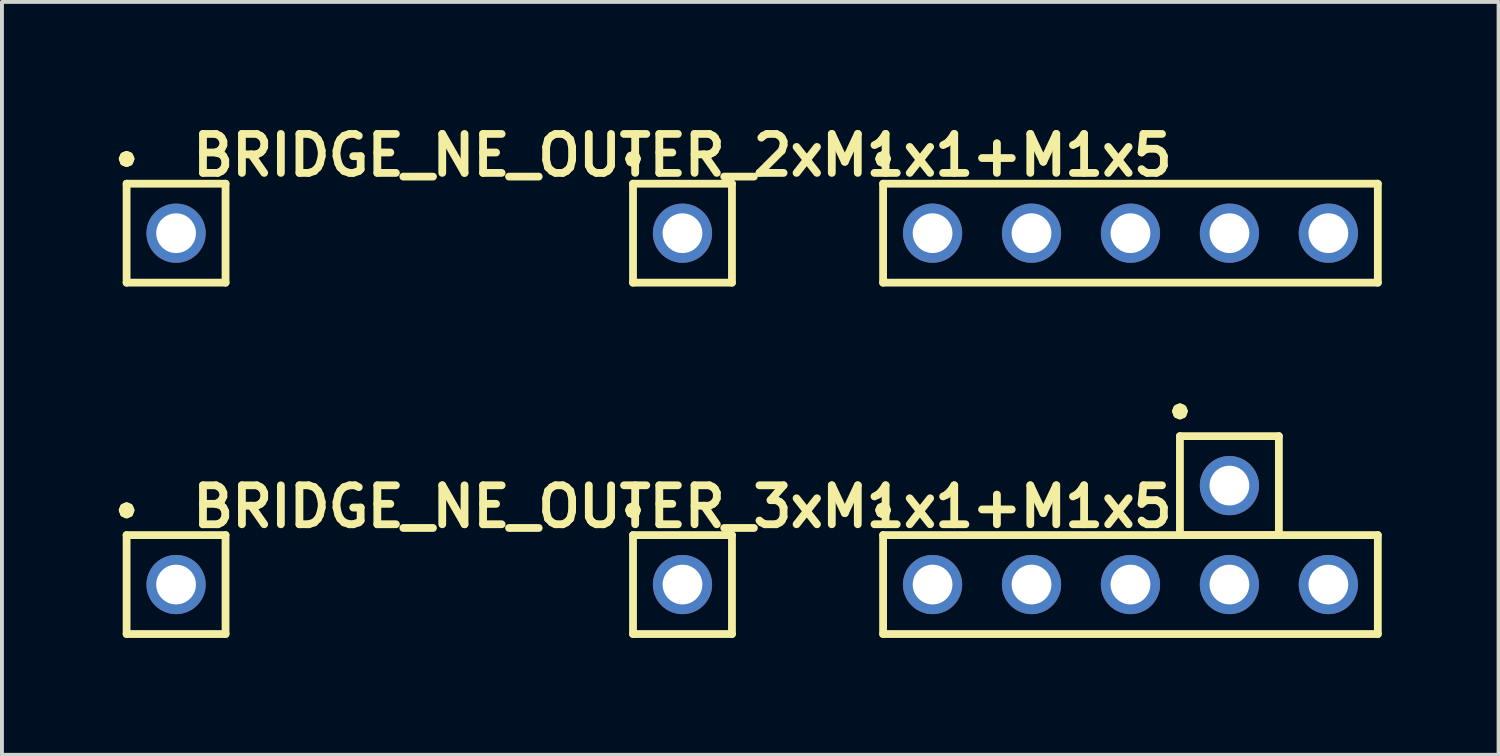
<source format=kicad_pcb>
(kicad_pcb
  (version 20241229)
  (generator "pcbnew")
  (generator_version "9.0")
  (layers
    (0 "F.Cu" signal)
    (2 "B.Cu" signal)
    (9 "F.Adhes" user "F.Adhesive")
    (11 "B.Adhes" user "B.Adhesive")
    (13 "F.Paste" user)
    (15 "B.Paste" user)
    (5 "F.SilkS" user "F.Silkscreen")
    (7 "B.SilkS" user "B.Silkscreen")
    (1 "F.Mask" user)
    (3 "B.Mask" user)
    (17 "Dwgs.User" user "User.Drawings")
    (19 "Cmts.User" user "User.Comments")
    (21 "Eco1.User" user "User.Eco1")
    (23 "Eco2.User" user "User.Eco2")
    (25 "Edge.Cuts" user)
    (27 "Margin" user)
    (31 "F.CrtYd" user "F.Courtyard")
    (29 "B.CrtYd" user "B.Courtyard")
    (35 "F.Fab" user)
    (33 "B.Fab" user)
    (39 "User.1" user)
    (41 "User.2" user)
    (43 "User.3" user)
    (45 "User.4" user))
  (footprint "BRIDGE_NE_OUTER_2xM1x1+M1x5"
    (layer "F.Cu")
    (at 14.47 2.936)
    (property "Reference" "BRIDGE_NE_OUTER_2xM1x1+M1x5" (at 0 -2 0) (layer "F.SilkS") (effects (font (size 1 1) (thickness 0.2))))
    (attr through_hole)
    (fp_line (start -14.37 -1.91) (end -14.34 -1.83) (stroke (width 0.2) (type solid)) (layer "F.SilkS"))
    (fp_line (start -14.34 -1.98) (end -14.37 -1.91) (stroke (width 0.2) (type solid)) (layer "F.SilkS"))
    (fp_line (start -14.34 -1.83) (end -14.27 -1.8) (stroke (width 0.2) (type solid)) (layer "F.SilkS"))
    (fp_line (start -14.27 -2.01) (end -14.34 -1.98) (stroke (width 0.2) (type solid)) (layer "F.SilkS"))
    (fp_line (start -14.27 -1.8) (end -14.2 -1.83) (stroke (width 0.2) (type solid)) (layer "F.SilkS"))
    (fp_line (start -14.27 -1.27) (end -11.73 -1.27) (stroke (width 0.2) (type solid)) (layer "F.SilkS"))
    (fp_line (start -14.27 1.27) (end -14.27 -1.27) (stroke (width 0.2) (type solid)) (layer "F.SilkS"))
    (fp_line (start -14.2 -1.98) (end -14.27 -2.01) (stroke (width 0.2) (type solid)) (layer "F.SilkS"))
    (fp_line (start -14.2 -1.83) (end -14.17 -1.91) (stroke (width 0.2) (type solid)) (layer "F.SilkS"))
    (fp_line (start -14.17 -1.91) (end -14.2 -1.98) (stroke (width 0.2) (type solid)) (layer "F.SilkS"))
    (fp_line (start -11.73 -1.27) (end -11.73 1.27) (stroke (width 0.2) (type solid)) (layer "F.SilkS"))
    (fp_line (start -11.73 1.27) (end -14.27 1.27) (stroke (width 0.2) (type solid)) (layer "F.SilkS"))
    (fp_line (start -1.37 -1.91) (end -1.34 -1.83) (stroke (width 0.2) (type solid)) (layer "F.SilkS"))
    (fp_line (start -1.34 -1.98) (end -1.37 -1.91) (stroke (width 0.2) (type solid)) (layer "F.SilkS"))
    (fp_line (start -1.34 -1.83) (end -1.27 -1.8) (stroke (width 0.2) (type solid)) (layer "F.SilkS"))
    (fp_line (start -1.27 -2.01) (end -1.34 -1.98) (stroke (width 0.2) (type solid)) (layer "F.SilkS"))
    (fp_line (start -1.27 -1.8) (end -1.2 -1.83) (stroke (width 0.2) (type solid)) (layer "F.SilkS"))
    (fp_line (start -1.27 -1.27) (end 1.27 -1.27) (stroke (width 0.2) (type solid)) (layer "F.SilkS"))
    (fp_line (start -1.27 1.27) (end -1.27 -1.27) (stroke (width 0.2) (type solid)) (layer "F.SilkS"))
    (fp_line (start -1.2 -1.98) (end -1.27 -2.01) (stroke (width 0.2) (type solid)) (layer "F.SilkS"))
    (fp_line (start -1.2 -1.83) (end -1.17 -1.91) (stroke (width 0.2) (type solid)) (layer "F.SilkS"))
    (fp_line (start -1.17 -1.91) (end -1.2 -1.98) (stroke (width 0.2) (type solid)) (layer "F.SilkS"))
    (fp_line (start 1.27 -1.27) (end 1.27 1.27) (stroke (width 0.2) (type solid)) (layer "F.SilkS"))
    (fp_line (start 1.27 1.27) (end -1.27 1.27) (stroke (width 0.2) (type solid)) (layer "F.SilkS"))
    (fp_line (start 5.05 -1.91) (end 5.08 -1.83) (stroke (width 0.2) (type solid)) (layer "F.SilkS"))
    (fp_line (start 5.08 -1.98) (end 5.05 -1.91) (stroke (width 0.2) (type solid)) (layer "F.SilkS"))
    (fp_line (start 5.08 -1.83) (end 5.15 -1.8) (stroke (width 0.2) (type solid)) (layer "F.SilkS"))
    (fp_line (start 5.15 -2.01) (end 5.08 -1.98) (stroke (width 0.2) (type solid)) (layer "F.SilkS"))
    (fp_line (start 5.15 -1.8) (end 5.22 -1.83) (stroke (width 0.2) (type solid)) (layer "F.SilkS"))
    (fp_line (start 5.15 -1.27) (end 17.85 -1.27) (stroke (width 0.2) (type solid)) (layer "F.SilkS"))
    (fp_line (start 5.15 1.27) (end 5.15 -1.27) (stroke (width 0.2) (type solid)) (layer "F.SilkS"))
    (fp_line (start 5.22 -1.98) (end 5.15 -2.01) (stroke (width 0.2) (type solid)) (layer "F.SilkS"))
    (fp_line (start 5.22 -1.83) (end 5.25 -1.91) (stroke (width 0.2) (type solid)) (layer "F.SilkS"))
    (fp_line (start 5.25 -1.91) (end 5.22 -1.98) (stroke (width 0.2) (type solid)) (layer "F.SilkS"))
    (fp_line (start 17.85 -1.27) (end 17.85 1.27) (stroke (width 0.2) (type solid)) (layer "F.SilkS"))
    (fp_line (start 17.85 1.27) (end 5.15 1.27) (stroke (width 0.2) (type solid)) (layer "F.SilkS"))
    (pad "1" thru_hole circle (at -13 0) (size 1.52 1.52) (drill 1.02) (layers "*.Cu" "*.Mask"))
    (pad "2" thru_hole circle (at 0 0) (size 1.52 1.52) (drill 1.02) (layers "*.Cu" "*.Mask"))
    (pad "3" thru_hole circle (at 6.42 0) (size 1.52 1.52) (drill 1.02) (layers "*.Cu" "*.Mask"))
    (pad "4" thru_hole circle (at 8.96 0) (size 1.52 1.52) (drill 1.02) (layers "*.Cu" "*.Mask"))
    (pad "5" thru_hole circle (at 11.5 0) (size 1.52 1.52) (drill 1.02) (layers "*.Cu" "*.Mask"))
    (pad "6" thru_hole circle (at 14.04 0) (size 1.52 1.52) (drill 1.02) (layers "*.Cu" "*.Mask"))
    (pad "7" thru_hole circle (at 16.58 0) (size 1.52 1.52) (drill 1.02) (layers "*.Cu" "*.Mask")))
  (footprint "BRIDGE_NE_OUTER_3xM1x1+M1x5"
    (layer "F.Cu")
    (at 14.47 11.956)
    (property "Reference" "BRIDGE_NE_OUTER_3xM1x1+M1x5" (at 0 -2 0) (layer "F.SilkS") (effects (font (size 1 1) (thickness 0.2))))
    (attr through_hole)
    (fp_line (start -14.37 -1.91) (end -14.34 -1.83) (stroke (width 0.2) (type solid)) (layer "F.SilkS"))
    (fp_line (start -14.34 -1.98) (end -14.37 -1.91) (stroke (width 0.2) (type solid)) (layer "F.SilkS"))
    (fp_line (start -14.34 -1.83) (end -14.27 -1.8) (stroke (width 0.2) (type solid)) (layer "F.SilkS"))
    (fp_line (start -14.27 -2.01) (end -14.34 -1.98) (stroke (width 0.2) (type solid)) (layer "F.SilkS"))
    (fp_line (start -14.27 -1.8) (end -14.2 -1.83) (stroke (width 0.2) (type solid)) (layer "F.SilkS"))
    (fp_line (start -14.27 -1.27) (end -14.27 1.27) (stroke (width 0.2) (type solid)) (layer "F.SilkS"))
    (fp_line (start -14.27 1.27) (end -11.73 1.27) (stroke (width 0.2) (type solid)) (layer "F.SilkS"))
    (fp_line (start -14.2 -1.98) (end -14.27 -2.01) (stroke (width 0.2) (type solid)) (layer "F.SilkS"))
    (fp_line (start -14.2 -1.83) (end -14.17 -1.91) (stroke (width 0.2) (type solid)) (layer "F.SilkS"))
    (fp_line (start -14.17 -1.91) (end -14.2 -1.98) (stroke (width 0.2) (type solid)) (layer "F.SilkS"))
    (fp_line (start -11.73 -1.27) (end -14.27 -1.27) (stroke (width 0.2) (type solid)) (layer "F.SilkS"))
    (fp_line (start -11.73 1.27) (end -11.73 -1.27) (stroke (width 0.2) (type solid)) (layer "F.SilkS"))
    (fp_line (start -1.37 -1.91) (end -1.34 -1.83) (stroke (width 0.2) (type solid)) (layer "F.SilkS"))
    (fp_line (start -1.34 -1.98) (end -1.37 -1.91) (stroke (width 0.2) (type solid)) (layer "F.SilkS"))
    (fp_line (start -1.34 -1.83) (end -1.27 -1.8) (stroke (width 0.2) (type solid)) (layer "F.SilkS"))
    (fp_line (start -1.27 -2.01) (end -1.34 -1.98) (stroke (width 0.2) (type solid)) (layer "F.SilkS"))
    (fp_line (start -1.27 -1.8) (end -1.2 -1.83) (stroke (width 0.2) (type solid)) (layer "F.SilkS"))
    (fp_line (start -1.27 -1.27) (end -1.27 1.27) (stroke (width 0.2) (type solid)) (layer "F.SilkS"))
    (fp_line (start -1.27 1.27) (end 1.27 1.27) (stroke (width 0.2) (type solid)) (layer "F.SilkS"))
    (fp_line (start -1.2 -1.98) (end -1.27 -2.01) (stroke (width 0.2) (type solid)) (layer "F.SilkS"))
    (fp_line (start -1.2 -1.83) (end -1.17 -1.91) (stroke (width 0.2) (type solid)) (layer "F.SilkS"))
    (fp_line (start -1.17 -1.91) (end -1.2 -1.98) (stroke (width 0.2) (type solid)) (layer "F.SilkS"))
    (fp_line (start 1.27 -1.27) (end -1.27 -1.27) (stroke (width 0.2) (type solid)) (layer "F.SilkS"))
    (fp_line (start 1.27 1.27) (end 1.27 -1.27) (stroke (width 0.2) (type solid)) (layer "F.SilkS"))
    (fp_line (start 5.05 -1.91) (end 5.08 -1.83) (stroke (width 0.2) (type solid)) (layer "F.SilkS"))
    (fp_line (start 5.08 -1.98) (end 5.05 -1.91) (stroke (width 0.2) (type solid)) (layer "F.SilkS"))
    (fp_line (start 5.08 -1.83) (end 5.15 -1.8) (stroke (width 0.2) (type solid)) (layer "F.SilkS"))
    (fp_line (start 5.15 -2.01) (end 5.08 -1.98) (stroke (width 0.2) (type solid)) (layer "F.SilkS"))
    (fp_line (start 5.15 -1.8) (end 5.22 -1.83) (stroke (width 0.2) (type solid)) (layer "F.SilkS"))
    (fp_line (start 5.15 -1.27) (end 5.15 1.27) (stroke (width 0.2) (type solid)) (layer "F.SilkS"))
    (fp_line (start 5.15 1.27) (end 17.85 1.27) (stroke (width 0.2) (type solid)) (layer "F.SilkS"))
    (fp_line (start 5.22 -1.98) (end 5.15 -2.01) (stroke (width 0.2) (type solid)) (layer "F.SilkS"))
    (fp_line (start 5.22 -1.83) (end 5.25 -1.91) (stroke (width 0.2) (type solid)) (layer "F.SilkS"))
    (fp_line (start 5.25 -1.91) (end 5.22 -1.98) (stroke (width 0.2) (type solid)) (layer "F.SilkS"))
    (fp_line (start 12.67 -4.45) (end 12.7 -4.37) (stroke (width 0.2) (type solid)) (layer "F.SilkS"))
    (fp_line (start 12.7 -4.52) (end 12.67 -4.45) (stroke (width 0.2) (type solid)) (layer "F.SilkS"))
    (fp_line (start 12.7 -4.37) (end 12.77 -4.34) (stroke (width 0.2) (type solid)) (layer "F.SilkS"))
    (fp_line (start 12.77 -4.55) (end 12.7 -4.52) (stroke (width 0.2) (type solid)) (layer "F.SilkS"))
    (fp_line (start 12.77 -4.34) (end 12.84 -4.37) (stroke (width 0.2) (type solid)) (layer "F.SilkS"))
    (fp_line (start 12.77 -3.81) (end 12.77 -1.27) (stroke (width 0.2) (type solid)) (layer "F.SilkS"))
    (fp_line (start 12.77 -1.27) (end 15.31 -1.27) (stroke (width 0.2) (type solid)) (layer "F.SilkS"))
    (fp_line (start 12.84 -4.52) (end 12.77 -4.55) (stroke (width 0.2) (type solid)) (layer "F.SilkS"))
    (fp_line (start 12.84 -4.37) (end 12.87 -4.45) (stroke (width 0.2) (type solid)) (layer "F.SilkS"))
    (fp_line (start 12.87 -4.45) (end 12.84 -4.52) (stroke (width 0.2) (type solid)) (layer "F.SilkS"))
    (fp_line (start 15.31 -3.81) (end 12.77 -3.81) (stroke (width 0.2) (type solid)) (layer "F.SilkS"))
    (fp_line (start 15.31 -1.27) (end 15.31 -3.81) (stroke (width 0.2) (type solid)) (layer "F.SilkS"))
    (fp_line (start 17.85 -1.27) (end 5.15 -1.27) (stroke (width 0.2) (type solid)) (layer "F.SilkS"))
    (fp_line (start 17.85 1.27) (end 17.85 -1.27) (stroke (width 0.2) (type solid)) (layer "F.SilkS"))
    (pad "1" thru_hole circle (at -13 0) (size 1.52 1.52) (drill 1.02) (layers "*.Cu" "*.Mask"))
    (pad "2" thru_hole circle (at 0 0) (size 1.52 1.52) (drill 1.02) (layers "*.Cu" "*.Mask"))
    (pad "3" thru_hole circle (at 6.42 0) (size 1.52 1.52) (drill 1.02) (layers "*.Cu" "*.Mask"))
    (pad "4" thru_hole circle (at 8.96 0) (size 1.52 1.52) (drill 1.02) (layers "*.Cu" "*.Mask"))
    (pad "5" thru_hole circle (at 11.5 0) (size 1.52 1.52) (drill 1.02) (layers "*.Cu" "*.Mask"))
    (pad "6" thru_hole circle (at 14.04 0) (size 1.52 1.52) (drill 1.02) (layers "*.Cu" "*.Mask"))
    (pad "7" thru_hole circle (at 16.58 0) (size 1.52 1.52) (drill 1.02) (layers "*.Cu" "*.Mask"))
    (pad "8" thru_hole circle (at 14.04 -2.54) (size 1.52 1.52) (drill 1.02) (layers "*.Cu" "*.Mask")))
  (gr_rect
    (start -3 -3)
    (end 35.42 16.326)
    (stroke (width 0.1) (type default))
    (fill no)
    (layer "Edge.Cuts")))
</source>
